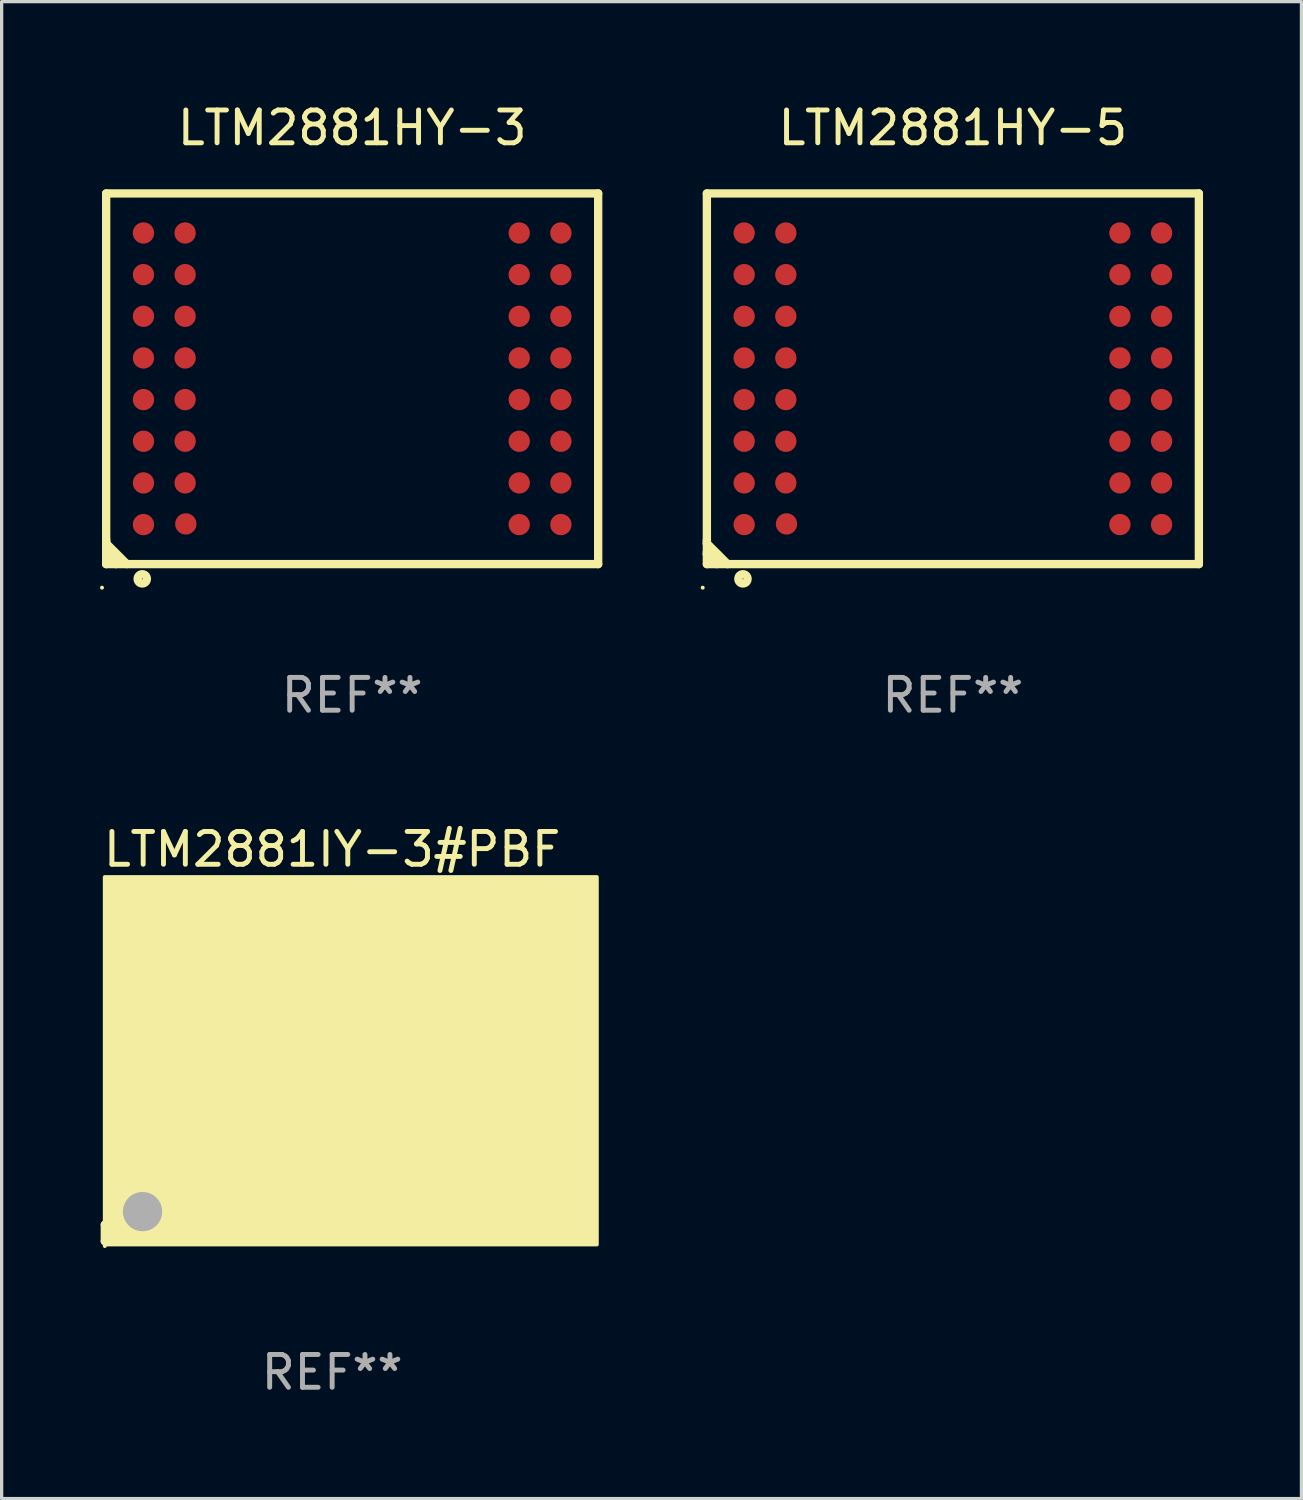
<source format=kicad_pcb>
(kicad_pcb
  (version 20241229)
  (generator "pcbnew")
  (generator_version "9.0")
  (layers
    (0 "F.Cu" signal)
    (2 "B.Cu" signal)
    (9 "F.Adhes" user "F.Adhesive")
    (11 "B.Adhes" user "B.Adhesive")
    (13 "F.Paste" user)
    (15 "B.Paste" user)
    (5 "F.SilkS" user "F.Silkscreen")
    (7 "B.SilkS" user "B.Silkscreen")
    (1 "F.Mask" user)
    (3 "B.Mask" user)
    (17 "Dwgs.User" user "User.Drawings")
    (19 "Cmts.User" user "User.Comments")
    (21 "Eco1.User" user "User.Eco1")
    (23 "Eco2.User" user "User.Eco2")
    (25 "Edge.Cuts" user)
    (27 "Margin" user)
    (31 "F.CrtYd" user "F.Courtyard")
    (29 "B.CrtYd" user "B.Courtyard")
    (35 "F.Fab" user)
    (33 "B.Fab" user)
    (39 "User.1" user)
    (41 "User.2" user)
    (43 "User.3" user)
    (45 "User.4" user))
  (footprint "LTM2881IY-3#PBF"
    (layer "F.Cu")
    (at 7.077 29.817)
    (property "Reference" "LTM2881IY-3#PBF" (at 0 -6.973 0) (layer "F.SilkS") (effects (font (size 1 1) (thickness 0.15))))
    (attr through_hole)
    (fp_line (start -6.931 4.473) (end -6.931 4.973) (stroke (width 0.254) (type solid)) (layer "F.SilkS"))
    (fp_line (start -6.931 4.973) (end -6.431 4.973) (stroke (width 0.254) (type solid)) (layer "F.SilkS"))
    (fp_line (start -6.431 4.973) (end -6.931 4.473) (stroke (width 0.254) (type solid)) (layer "F.SilkS"))
    (fp_circle (center -6.932 5.122) (end -6.902 5.122) (stroke (width 0.06) (type solid)) (fill no) (layer "F.SilkS"))
    (fp_poly (pts (xy -6.932 -6.127) (xy 8.068 -6.127) (xy 8.068 5.073) (xy -6.932 5.073)) (stroke (width 0.12) (type solid)) (fill yes) (layer "F.SilkS"))
    (fp_circle (center -5.781 4.072) (end -5.481 4.072) (stroke (width 0.6) (type solid)) (fill no) (layer "F.Fab"))
    (fp_text user "REF**" (at 0 8.973 0) (layer "F.Fab") (effects (font (size 1 1) (thickness 0.15))))
    (pad "A1" smd circle (at -5.794 3.918) (size 0.65 0.65) (layers "F.Cu" "F.Mask" "F.Paste"))
    (pad "A2" smd circle (at -5.794 2.647) (size 0.65 0.65) (layers "F.Cu" "F.Mask" "F.Paste"))
    (pad "A3" smd circle (at -5.794 1.377) (size 0.65 0.65) (layers "F.Cu" "F.Mask" "F.Paste"))
    (pad "A4" smd circle (at -5.794 0.107) (size 0.65 0.65) (layers "F.Cu" "F.Mask" "F.Paste"))
    (pad "A5" smd circle (at -5.794 -1.163) (size 0.65 0.65) (layers "F.Cu" "F.Mask" "F.Paste"))
    (pad "A6" smd circle (at -5.794 -2.433) (size 0.65 0.65) (layers "F.Cu" "F.Mask" "F.Paste"))
    (pad "A7" smd circle (at -5.794 -3.703) (size 0.65 0.65) (layers "F.Cu" "F.Mask" "F.Paste"))
    (pad "A8" smd circle (at -5.794 -4.973) (size 0.65 0.65) (layers "F.Cu" "F.Mask" "F.Paste"))
    (pad "B1" smd circle (at -4.504 3.897) (size 0.65 0.65) (layers "F.Cu" "F.Mask" "F.Paste"))
    (pad "B2" smd circle (at -4.524 2.647) (size 0.65 0.65) (layers "F.Cu" "F.Mask" "F.Paste"))
    (pad "B3" smd circle (at -4.524 1.377) (size 0.65 0.65) (layers "F.Cu" "F.Mask" "F.Paste"))
    (pad "B4" smd circle (at -4.524 0.107) (size 0.65 0.65) (layers "F.Cu" "F.Mask" "F.Paste"))
    (pad "B5" smd circle (at -4.524 -1.163) (size 0.65 0.65) (layers "F.Cu" "F.Mask" "F.Paste"))
    (pad "B6" smd circle (at -4.524 -2.433) (size 0.65 0.65) (layers "F.Cu" "F.Mask" "F.Paste"))
    (pad "B7" smd circle (at -4.524 -3.703) (size 0.65 0.65) (layers "F.Cu" "F.Mask" "F.Paste"))
    (pad "B8" smd circle (at -4.524 -4.973) (size 0.65 0.65) (layers "F.Cu" "F.Mask" "F.Paste"))
    (pad "K1" smd circle (at 5.661 3.918) (size 0.65 0.65) (layers "F.Cu" "F.Mask" "F.Paste"))
    (pad "K2" smd circle (at 5.661 2.647) (size 0.65 0.65) (layers "F.Cu" "F.Mask" "F.Paste"))
    (pad "K3" smd circle (at 5.661 1.377) (size 0.65 0.65) (layers "F.Cu" "F.Mask" "F.Paste"))
    (pad "K4" smd circle (at 5.661 0.107) (size 0.65 0.65) (layers "F.Cu" "F.Mask" "F.Paste"))
    (pad "K5" smd circle (at 5.661 -1.163) (size 0.65 0.65) (layers "F.Cu" "F.Mask" "F.Paste"))
    (pad "K6" smd circle (at 5.661 -2.433) (size 0.65 0.65) (layers "F.Cu" "F.Mask" "F.Paste"))
    (pad "K7" smd circle (at 5.661 -3.703) (size 0.65 0.65) (layers "F.Cu" "F.Mask" "F.Paste"))
    (pad "K8" smd circle (at 5.661 -4.973) (size 0.65 0.65) (layers "F.Cu" "F.Mask" "F.Paste"))
    (pad "L1" smd circle (at 6.931 3.918) (size 0.65 0.65) (layers "F.Cu" "F.Mask" "F.Paste"))
    (pad "L2" smd circle (at 6.931 2.647) (size 0.65 0.65) (layers "F.Cu" "F.Mask" "F.Paste"))
    (pad "L3" smd circle (at 6.931 1.377) (size 0.65 0.65) (layers "F.Cu" "F.Mask" "F.Paste"))
    (pad "L4" smd circle (at 6.931 0.107) (size 0.65 0.65) (layers "F.Cu" "F.Mask" "F.Paste"))
    (pad "L5" smd circle (at 6.931 -1.163) (size 0.65 0.65) (layers "F.Cu" "F.Mask" "F.Paste"))
    (pad "L6" smd circle (at 6.931 -2.433) (size 0.65 0.65) (layers "F.Cu" "F.Mask" "F.Paste"))
    (pad "L7" smd circle (at 6.931 -3.703) (size 0.65 0.65) (layers "F.Cu" "F.Mask" "F.Paste"))
    (pad "L8" smd circle (at 6.931 -4.973) (size 0.65 0.65) (layers "F.Cu" "F.Mask" "F.Paste")))
  (footprint "LTM2881HY-5"
    (layer "F.Cu")
    (at 26.001 8.498)
    (property "Reference" "LTM2881HY-5" (at 0 -7.65 0) (layer "F.SilkS") (effects (font (size 1 1) (thickness 0.15))))
    (attr through_hole)
    (fp_line (start -7.5 -5.65) (end -7.5 5.65) (stroke (width 0.254) (type solid)) (layer "F.SilkS"))
    (fp_line (start -7.5 -5.65) (end 7.5 -5.65) (stroke (width 0.254) (type solid)) (layer "F.SilkS"))
    (fp_line (start -7.5 4.911) (end -7.5 5.02) (stroke (width 0.254) (type solid)) (layer "F.SilkS"))
    (fp_line (start -7.5 5.02) (end -6.87 5.65) (stroke (width 0.254) (type solid)) (layer "F.SilkS"))
    (fp_line (start -7.5 5.286) (end -7.5 5.347) (stroke (width 0.254) (type solid)) (layer "F.SilkS"))
    (fp_line (start -7.5 5.347) (end -7.197 5.65) (stroke (width 0.254) (type solid)) (layer "F.SilkS"))
    (fp_line (start -7.5 5.65) (end 7.5 5.65) (stroke (width 0.254) (type solid)) (layer "F.SilkS"))
    (fp_line (start 7.5 -5.65) (end 7.5 5.65) (stroke (width 0.254) (type solid)) (layer "F.SilkS"))
    (fp_circle (center -7.627 6.369) (end -7.597 6.369) (stroke (width 0.06) (type solid)) (fill no) (layer "F.SilkS"))
    (fp_circle (center -6.4 6.1) (end -6.259 6.1) (stroke (width 0.254) (type solid)) (fill no) (layer "F.SilkS"))
    (fp_text user "REF**" (at 0 9.65 0) (layer "F.Fab") (effects (font (size 1 1) (thickness 0.15))))
    (pad "A1" smd circle (at -6.363 4.445) (size 0.65 0.65) (layers "F.Cu" "F.Mask" "F.Paste"))
    (pad "A2" smd circle (at -6.363 3.175) (size 0.65 0.65) (layers "F.Cu" "F.Mask" "F.Paste"))
    (pad "A3" smd circle (at -6.363 1.905) (size 0.65 0.65) (layers "F.Cu" "F.Mask" "F.Paste"))
    (pad "A4" smd circle (at -6.363 0.635) (size 0.65 0.65) (layers "F.Cu" "F.Mask" "F.Paste"))
    (pad "A5" smd circle (at -6.363 -0.635) (size 0.65 0.65) (layers "F.Cu" "F.Mask" "F.Paste"))
    (pad "A6" smd circle (at -6.363 -1.905) (size 0.65 0.65) (layers "F.Cu" "F.Mask" "F.Paste"))
    (pad "A7" smd circle (at -6.363 -3.175) (size 0.65 0.65) (layers "F.Cu" "F.Mask" "F.Paste"))
    (pad "A8" smd circle (at -6.363 -4.445) (size 0.65 0.65) (layers "F.Cu" "F.Mask" "F.Paste"))
    (pad "B1" smd circle (at -5.072 4.425) (size 0.65 0.65) (layers "F.Cu" "F.Mask" "F.Paste"))
    (pad "B2" smd circle (at -5.093 3.175) (size 0.65 0.65) (layers "F.Cu" "F.Mask" "F.Paste"))
    (pad "B3" smd circle (at -5.093 1.905) (size 0.65 0.65) (layers "F.Cu" "F.Mask" "F.Paste"))
    (pad "B4" smd circle (at -5.093 0.635) (size 0.65 0.65) (layers "F.Cu" "F.Mask" "F.Paste"))
    (pad "B5" smd circle (at -5.093 -0.635) (size 0.65 0.65) (layers "F.Cu" "F.Mask" "F.Paste"))
    (pad "B6" smd circle (at -5.093 -1.905) (size 0.65 0.65) (layers "F.Cu" "F.Mask" "F.Paste"))
    (pad "B7" smd circle (at -5.093 -3.175) (size 0.65 0.65) (layers "F.Cu" "F.Mask" "F.Paste"))
    (pad "B8" smd circle (at -5.093 -4.445) (size 0.65 0.65) (layers "F.Cu" "F.Mask" "F.Paste"))
    (pad "K1" smd circle (at 5.093 4.445) (size 0.65 0.65) (layers "F.Cu" "F.Mask" "F.Paste"))
    (pad "K2" smd circle (at 5.093 3.175) (size 0.65 0.65) (layers "F.Cu" "F.Mask" "F.Paste"))
    (pad "K3" smd circle (at 5.093 1.905) (size 0.65 0.65) (layers "F.Cu" "F.Mask" "F.Paste"))
    (pad "K4" smd circle (at 5.093 0.635) (size 0.65 0.65) (layers "F.Cu" "F.Mask" "F.Paste"))
    (pad "K5" smd circle (at 5.093 -0.635) (size 0.65 0.65) (layers "F.Cu" "F.Mask" "F.Paste"))
    (pad "K6" smd circle (at 5.093 -1.905) (size 0.65 0.65) (layers "F.Cu" "F.Mask" "F.Paste"))
    (pad "K7" smd circle (at 5.093 -3.175) (size 0.65 0.65) (layers "F.Cu" "F.Mask" "F.Paste"))
    (pad "K8" smd circle (at 5.093 -4.445) (size 0.65 0.65) (layers "F.Cu" "F.Mask" "F.Paste"))
    (pad "L1" smd circle (at 6.363 4.445) (size 0.65 0.65) (layers "F.Cu" "F.Mask" "F.Paste"))
    (pad "L2" smd circle (at 6.363 3.175) (size 0.65 0.65) (layers "F.Cu" "F.Mask" "F.Paste"))
    (pad "L3" smd circle (at 6.363 1.905) (size 0.65 0.65) (layers "F.Cu" "F.Mask" "F.Paste"))
    (pad "L4" smd circle (at 6.363 0.635) (size 0.65 0.65) (layers "F.Cu" "F.Mask" "F.Paste"))
    (pad "L5" smd circle (at 6.363 -0.635) (size 0.65 0.65) (layers "F.Cu" "F.Mask" "F.Paste"))
    (pad "L6" smd circle (at 6.363 -1.905) (size 0.65 0.65) (layers "F.Cu" "F.Mask" "F.Paste"))
    (pad "L7" smd circle (at 6.363 -3.175) (size 0.65 0.65) (layers "F.Cu" "F.Mask" "F.Paste"))
    (pad "L8" smd circle (at 6.363 -4.445) (size 0.65 0.65) (layers "F.Cu" "F.Mask" "F.Paste")))
  (footprint "LTM2881HY-3"
    (layer "F.Cu")
    (at 7.687 8.498)
    (property "Reference" "LTM2881HY-3" (at 0 -7.65 0) (layer "F.SilkS") (effects (font (size 1 1) (thickness 0.15))))
    (attr through_hole)
    (fp_line (start -7.5 -5.65) (end -7.5 5.65) (stroke (width 0.254) (type solid)) (layer "F.SilkS"))
    (fp_line (start -7.5 -5.65) (end 7.5 -5.65) (stroke (width 0.254) (type solid)) (layer "F.SilkS"))
    (fp_line (start -7.5 4.911) (end -7.5 5.02) (stroke (width 0.254) (type solid)) (layer "F.SilkS"))
    (fp_line (start -7.5 5.02) (end -6.87 5.65) (stroke (width 0.254) (type solid)) (layer "F.SilkS"))
    (fp_line (start -7.5 5.286) (end -7.5 5.347) (stroke (width 0.254) (type solid)) (layer "F.SilkS"))
    (fp_line (start -7.5 5.347) (end -7.197 5.65) (stroke (width 0.254) (type solid)) (layer "F.SilkS"))
    (fp_line (start -7.5 5.65) (end 7.5 5.65) (stroke (width 0.254) (type solid)) (layer "F.SilkS"))
    (fp_line (start 7.5 -5.65) (end 7.5 5.65) (stroke (width 0.254) (type solid)) (layer "F.SilkS"))
    (fp_circle (center -7.627 6.369) (end -7.597 6.369) (stroke (width 0.06) (type solid)) (fill no) (layer "F.SilkS"))
    (fp_circle (center -6.4 6.1) (end -6.259 6.1) (stroke (width 0.254) (type solid)) (fill no) (layer "F.SilkS"))
    (fp_text user "REF**" (at 0 9.65 0) (layer "F.Fab") (effects (font (size 1 1) (thickness 0.15))))
    (pad "A1" smd circle (at -6.363 4.445) (size 0.65 0.65) (layers "F.Cu" "F.Mask" "F.Paste"))
    (pad "A2" smd circle (at -6.363 3.175) (size 0.65 0.65) (layers "F.Cu" "F.Mask" "F.Paste"))
    (pad "A3" smd circle (at -6.363 1.905) (size 0.65 0.65) (layers "F.Cu" "F.Mask" "F.Paste"))
    (pad "A4" smd circle (at -6.363 0.635) (size 0.65 0.65) (layers "F.Cu" "F.Mask" "F.Paste"))
    (pad "A5" smd circle (at -6.363 -0.635) (size 0.65 0.65) (layers "F.Cu" "F.Mask" "F.Paste"))
    (pad "A6" smd circle (at -6.363 -1.905) (size 0.65 0.65) (layers "F.Cu" "F.Mask" "F.Paste"))
    (pad "A7" smd circle (at -6.363 -3.175) (size 0.65 0.65) (layers "F.Cu" "F.Mask" "F.Paste"))
    (pad "A8" smd circle (at -6.363 -4.445) (size 0.65 0.65) (layers "F.Cu" "F.Mask" "F.Paste"))
    (pad "B1" smd circle (at -5.072 4.425) (size 0.65 0.65) (layers "F.Cu" "F.Mask" "F.Paste"))
    (pad "B2" smd circle (at -5.093 3.175) (size 0.65 0.65) (layers "F.Cu" "F.Mask" "F.Paste"))
    (pad "B3" smd circle (at -5.093 1.905) (size 0.65 0.65) (layers "F.Cu" "F.Mask" "F.Paste"))
    (pad "B4" smd circle (at -5.093 0.635) (size 0.65 0.65) (layers "F.Cu" "F.Mask" "F.Paste"))
    (pad "B5" smd circle (at -5.093 -0.635) (size 0.65 0.65) (layers "F.Cu" "F.Mask" "F.Paste"))
    (pad "B6" smd circle (at -5.093 -1.905) (size 0.65 0.65) (layers "F.Cu" "F.Mask" "F.Paste"))
    (pad "B7" smd circle (at -5.093 -3.175) (size 0.65 0.65) (layers "F.Cu" "F.Mask" "F.Paste"))
    (pad "B8" smd circle (at -5.093 -4.445) (size 0.65 0.65) (layers "F.Cu" "F.Mask" "F.Paste"))
    (pad "K1" smd circle (at 5.093 4.445) (size 0.65 0.65) (layers "F.Cu" "F.Mask" "F.Paste"))
    (pad "K2" smd circle (at 5.093 3.175) (size 0.65 0.65) (layers "F.Cu" "F.Mask" "F.Paste"))
    (pad "K3" smd circle (at 5.093 1.905) (size 0.65 0.65) (layers "F.Cu" "F.Mask" "F.Paste"))
    (pad "K4" smd circle (at 5.093 0.635) (size 0.65 0.65) (layers "F.Cu" "F.Mask" "F.Paste"))
    (pad "K5" smd circle (at 5.093 -0.635) (size 0.65 0.65) (layers "F.Cu" "F.Mask" "F.Paste"))
    (pad "K6" smd circle (at 5.093 -1.905) (size 0.65 0.65) (layers "F.Cu" "F.Mask" "F.Paste"))
    (pad "K7" smd circle (at 5.093 -3.175) (size 0.65 0.65) (layers "F.Cu" "F.Mask" "F.Paste"))
    (pad "K8" smd circle (at 5.093 -4.445) (size 0.65 0.65) (layers "F.Cu" "F.Mask" "F.Paste"))
    (pad "L1" smd circle (at 6.363 4.445) (size 0.65 0.65) (layers "F.Cu" "F.Mask" "F.Paste"))
    (pad "L2" smd circle (at 6.363 3.175) (size 0.65 0.65) (layers "F.Cu" "F.Mask" "F.Paste"))
    (pad "L3" smd circle (at 6.363 1.905) (size 0.65 0.65) (layers "F.Cu" "F.Mask" "F.Paste"))
    (pad "L4" smd circle (at 6.363 0.635) (size 0.65 0.65) (layers "F.Cu" "F.Mask" "F.Paste"))
    (pad "L5" smd circle (at 6.363 -0.635) (size 0.65 0.65) (layers "F.Cu" "F.Mask" "F.Paste"))
    (pad "L6" smd circle (at 6.363 -1.905) (size 0.65 0.65) (layers "F.Cu" "F.Mask" "F.Paste"))
    (pad "L7" smd circle (at 6.363 -3.175) (size 0.65 0.65) (layers "F.Cu" "F.Mask" "F.Paste"))
    (pad "L8" smd circle (at 6.363 -4.445) (size 0.65 0.65) (layers "F.Cu" "F.Mask" "F.Paste")))
  (gr_rect
    (start -3 -3)
    (end 36.628 42.638)
    (stroke (width 0.1) (type default))
    (fill no)
    (layer "Edge.Cuts")))
</source>
